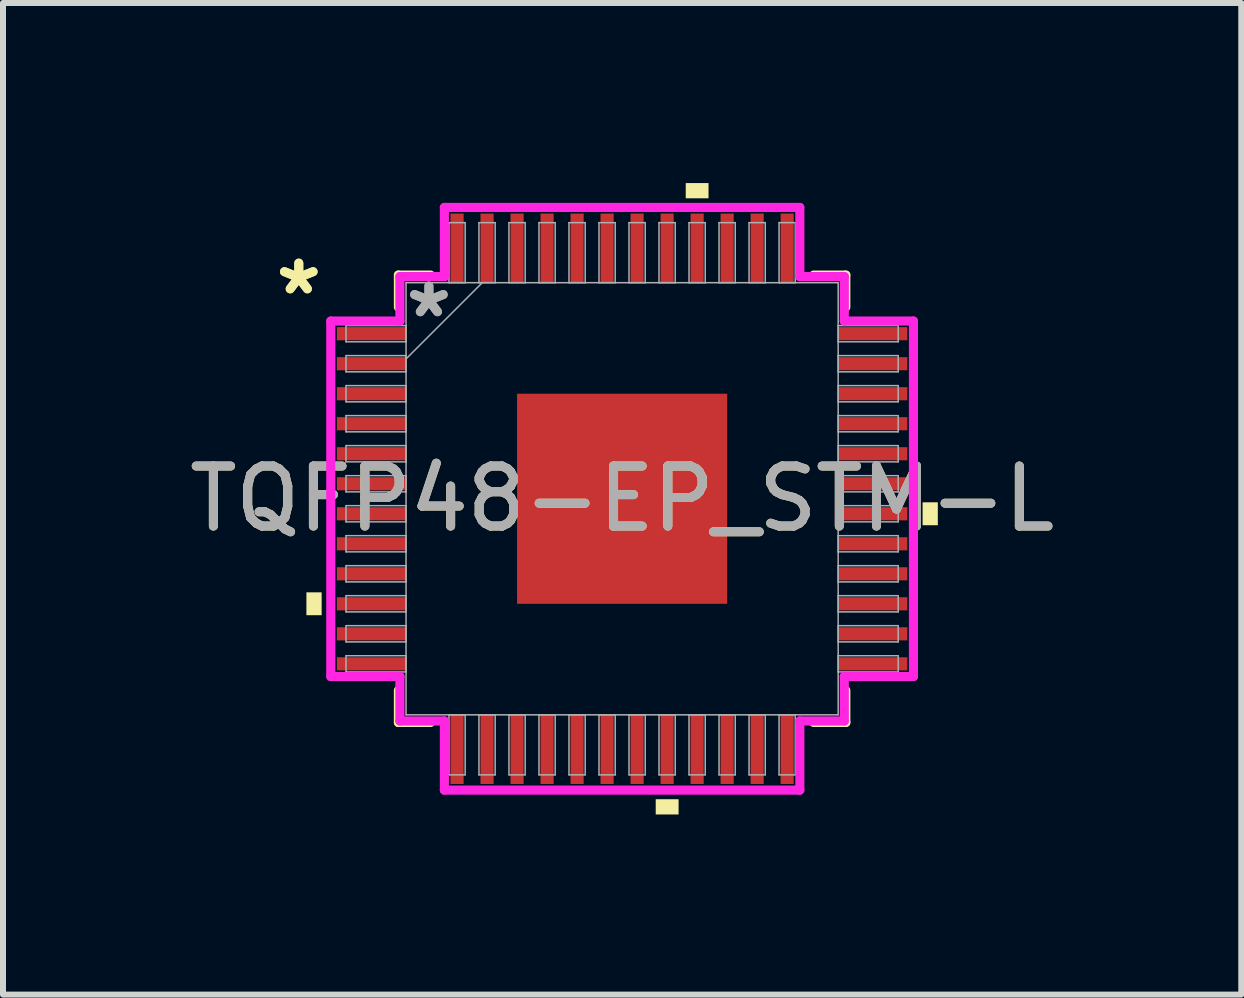
<source format=kicad_pcb>
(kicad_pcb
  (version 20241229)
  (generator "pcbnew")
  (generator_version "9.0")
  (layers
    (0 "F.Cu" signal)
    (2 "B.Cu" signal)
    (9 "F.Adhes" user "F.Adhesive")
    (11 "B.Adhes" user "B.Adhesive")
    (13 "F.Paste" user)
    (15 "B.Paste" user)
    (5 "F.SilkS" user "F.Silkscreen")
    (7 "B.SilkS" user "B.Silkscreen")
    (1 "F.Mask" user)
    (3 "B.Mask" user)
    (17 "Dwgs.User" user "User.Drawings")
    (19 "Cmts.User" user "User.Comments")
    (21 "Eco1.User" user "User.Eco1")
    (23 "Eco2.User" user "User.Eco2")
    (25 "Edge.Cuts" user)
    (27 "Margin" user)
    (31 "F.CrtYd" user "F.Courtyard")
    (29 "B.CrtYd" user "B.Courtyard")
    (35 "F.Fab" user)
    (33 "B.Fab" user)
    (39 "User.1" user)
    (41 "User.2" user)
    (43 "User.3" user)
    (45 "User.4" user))
  (footprint "TQFP48-EP_STM-L"
    (layer "F.Cu")
    (at 7.315 5.26)
    (property "Reference" "TQFP48-EP_STM-L" (at 0 0 0) (unlocked yes) (layer "F.SilkS") (effects (font (size 1 1) (thickness 0.15))))
    (attr smd)
    (fp_line (start -3.727 -3.727) (end -3.727 -3.192) (stroke (width 0.152) (type solid)) (layer "F.SilkS"))
    (fp_line (start -3.727 3.192) (end -3.727 3.727) (stroke (width 0.152) (type solid)) (layer "F.SilkS"))
    (fp_line (start -3.727 3.727) (end -3.192 3.727) (stroke (width 0.152) (type solid)) (layer "F.SilkS"))
    (fp_line (start -3.192 -3.727) (end -3.727 -3.727) (stroke (width 0.152) (type solid)) (layer "F.SilkS"))
    (fp_line (start 3.192 3.727) (end 3.727 3.727) (stroke (width 0.152) (type solid)) (layer "F.SilkS"))
    (fp_line (start 3.727 -3.727) (end 3.192 -3.727) (stroke (width 0.152) (type solid)) (layer "F.SilkS"))
    (fp_line (start 3.727 -3.192) (end 3.727 -3.727) (stroke (width 0.152) (type solid)) (layer "F.SilkS"))
    (fp_line (start 3.727 3.727) (end 3.727 3.192) (stroke (width 0.152) (type solid)) (layer "F.SilkS"))
    (fp_poly (pts (xy -5.26 1.559) (xy -5.26 1.94) (xy -5.006 1.94) (xy -5.006 1.559)) (stroke (width 0) (type solid)) (fill yes) (layer "F.SilkS"))
    (fp_poly (pts (xy 0.56 5.006) (xy 0.56 5.26) (xy 0.941 5.26) (xy 0.941 5.006)) (stroke (width 0) (type solid)) (fill yes) (layer "F.SilkS"))
    (fp_poly (pts (xy 1.06 -5.006) (xy 1.06 -5.26) (xy 1.44 -5.26) (xy 1.44 -5.006)) (stroke (width 0) (type solid)) (fill yes) (layer "F.SilkS"))
    (fp_poly (pts (xy 5.26 0.059) (xy 5.26 0.441) (xy 5.006 0.441) (xy 5.006 0.059)) (stroke (width 0) (type solid)) (fill yes) (layer "F.SilkS"))
    (fp_poly (pts (xy -1.65 -1.65) (xy -1.65 -0.1) (xy -0.1 -0.1) (xy -0.1 -1.65)) (stroke (width 0) (type solid)) (fill yes) (layer "F.Paste"))
    (fp_poly (pts (xy -1.65 0.1) (xy -1.65 1.65) (xy -0.1 1.65) (xy -0.1 0.1)) (stroke (width 0) (type solid)) (fill yes) (layer "F.Paste"))
    (fp_poly (pts (xy 0.1 -1.65) (xy 0.1 -0.1) (xy 1.65 -0.1) (xy 1.65 -1.65)) (stroke (width 0) (type solid)) (fill yes) (layer "F.Paste"))
    (fp_poly (pts (xy 0.1 0.1) (xy 0.1 1.65) (xy 1.65 1.65) (xy 1.65 0.1)) (stroke (width 0) (type solid)) (fill yes) (layer "F.Paste"))
    (fp_line (start -4.854 -2.961) (end -3.702 -2.961) (stroke (width 0.152) (type solid)) (layer "F.CrtYd"))
    (fp_line (start -4.854 2.961) (end -4.854 -2.961) (stroke (width 0.152) (type solid)) (layer "F.CrtYd"))
    (fp_line (start -3.702 -3.702) (end -2.961 -3.702) (stroke (width 0.152) (type solid)) (layer "F.CrtYd"))
    (fp_line (start -3.702 -2.961) (end -3.702 -3.702) (stroke (width 0.152) (type solid)) (layer "F.CrtYd"))
    (fp_line (start -3.702 2.961) (end -4.854 2.961) (stroke (width 0.152) (type solid)) (layer "F.CrtYd"))
    (fp_line (start -3.702 3.702) (end -3.702 2.961) (stroke (width 0.152) (type solid)) (layer "F.CrtYd"))
    (fp_line (start -3.702 3.702) (end -2.961 3.702) (stroke (width 0.152) (type solid)) (layer "F.CrtYd"))
    (fp_line (start -2.961 -4.854) (end 2.961 -4.854) (stroke (width 0.152) (type solid)) (layer "F.CrtYd"))
    (fp_line (start -2.961 -3.702) (end -2.961 -4.854) (stroke (width 0.152) (type solid)) (layer "F.CrtYd"))
    (fp_line (start -2.961 3.702) (end -2.961 4.854) (stroke (width 0.152) (type solid)) (layer "F.CrtYd"))
    (fp_line (start -2.961 4.854) (end 2.961 4.854) (stroke (width 0.152) (type solid)) (layer "F.CrtYd"))
    (fp_line (start 2.961 -4.854) (end 2.961 -3.702) (stroke (width 0.152) (type solid)) (layer "F.CrtYd"))
    (fp_line (start 2.961 -3.702) (end 3.702 -3.702) (stroke (width 0.152) (type solid)) (layer "F.CrtYd"))
    (fp_line (start 2.961 3.702) (end 3.702 3.702) (stroke (width 0.152) (type solid)) (layer "F.CrtYd"))
    (fp_line (start 2.961 4.854) (end 2.961 3.702) (stroke (width 0.152) (type solid)) (layer "F.CrtYd"))
    (fp_line (start 3.702 -2.961) (end 3.702 -3.702) (stroke (width 0.152) (type solid)) (layer "F.CrtYd"))
    (fp_line (start 3.702 2.961) (end 4.854 2.961) (stroke (width 0.152) (type solid)) (layer "F.CrtYd"))
    (fp_line (start 3.702 3.702) (end 3.702 2.961) (stroke (width 0.152) (type solid)) (layer "F.CrtYd"))
    (fp_line (start 4.854 -2.961) (end 3.702 -2.961) (stroke (width 0.152) (type solid)) (layer "F.CrtYd"))
    (fp_line (start 4.854 2.961) (end 4.854 -2.961) (stroke (width 0.152) (type solid)) (layer "F.CrtYd"))
    (fp_line (start -4.6 -2.885) (end -4.6 -2.615) (stroke (width 0.025) (type solid)) (layer "F.Fab"))
    (fp_line (start -4.6 -2.615) (end -3.6 -2.615) (stroke (width 0.025) (type solid)) (layer "F.Fab"))
    (fp_line (start -4.6 -2.385) (end -4.6 -2.115) (stroke (width 0.025) (type solid)) (layer "F.Fab"))
    (fp_line (start -4.6 -2.115) (end -3.6 -2.115) (stroke (width 0.025) (type solid)) (layer "F.Fab"))
    (fp_line (start -4.6 -1.885) (end -4.6 -1.615) (stroke (width 0.025) (type solid)) (layer "F.Fab"))
    (fp_line (start -4.6 -1.615) (end -3.6 -1.615) (stroke (width 0.025) (type solid)) (layer "F.Fab"))
    (fp_line (start -4.6 -1.385) (end -4.6 -1.115) (stroke (width 0.025) (type solid)) (layer "F.Fab"))
    (fp_line (start -4.6 -1.115) (end -3.6 -1.115) (stroke (width 0.025) (type solid)) (layer "F.Fab"))
    (fp_line (start -4.6 -0.885) (end -4.6 -0.615) (stroke (width 0.025) (type solid)) (layer "F.Fab"))
    (fp_line (start -4.6 -0.615) (end -3.6 -0.615) (stroke (width 0.025) (type solid)) (layer "F.Fab"))
    (fp_line (start -4.6 -0.385) (end -4.6 -0.115) (stroke (width 0.025) (type solid)) (layer "F.Fab"))
    (fp_line (start -4.6 -0.115) (end -3.6 -0.115) (stroke (width 0.025) (type solid)) (layer "F.Fab"))
    (fp_line (start -4.6 0.115) (end -4.6 0.385) (stroke (width 0.025) (type solid)) (layer "F.Fab"))
    (fp_line (start -4.6 0.385) (end -3.6 0.385) (stroke (width 0.025) (type solid)) (layer "F.Fab"))
    (fp_line (start -4.6 0.615) (end -4.6 0.885) (stroke (width 0.025) (type solid)) (layer "F.Fab"))
    (fp_line (start -4.6 0.885) (end -3.6 0.885) (stroke (width 0.025) (type solid)) (layer "F.Fab"))
    (fp_line (start -4.6 1.115) (end -4.6 1.385) (stroke (width 0.025) (type solid)) (layer "F.Fab"))
    (fp_line (start -4.6 1.385) (end -3.6 1.385) (stroke (width 0.025) (type solid)) (layer "F.Fab"))
    (fp_line (start -4.6 1.615) (end -4.6 1.885) (stroke (width 0.025) (type solid)) (layer "F.Fab"))
    (fp_line (start -4.6 1.885) (end -3.6 1.885) (stroke (width 0.025) (type solid)) (layer "F.Fab"))
    (fp_line (start -4.6 2.115) (end -4.6 2.385) (stroke (width 0.025) (type solid)) (layer "F.Fab"))
    (fp_line (start -4.6 2.385) (end -3.6 2.385) (stroke (width 0.025) (type solid)) (layer "F.Fab"))
    (fp_line (start -4.6 2.615) (end -4.6 2.885) (stroke (width 0.025) (type solid)) (layer "F.Fab"))
    (fp_line (start -4.6 2.885) (end -3.6 2.885) (stroke (width 0.025) (type solid)) (layer "F.Fab"))
    (fp_line (start -3.6 -3.6) (end -3.6 3.6) (stroke (width 0.025) (type solid)) (layer "F.Fab"))
    (fp_line (start -3.6 -2.885) (end -4.6 -2.885) (stroke (width 0.025) (type solid)) (layer "F.Fab"))
    (fp_line (start -3.6 -2.615) (end -3.6 -2.885) (stroke (width 0.025) (type solid)) (layer "F.Fab"))
    (fp_line (start -3.6 -2.385) (end -4.6 -2.385) (stroke (width 0.025) (type solid)) (layer "F.Fab"))
    (fp_line (start -3.6 -2.33) (end -2.33 -3.6) (stroke (width 0.025) (type solid)) (layer "F.Fab"))
    (fp_line (start -3.6 -2.115) (end -3.6 -2.385) (stroke (width 0.025) (type solid)) (layer "F.Fab"))
    (fp_line (start -3.6 -1.885) (end -4.6 -1.885) (stroke (width 0.025) (type solid)) (layer "F.Fab"))
    (fp_line (start -3.6 -1.615) (end -3.6 -1.885) (stroke (width 0.025) (type solid)) (layer "F.Fab"))
    (fp_line (start -3.6 -1.385) (end -4.6 -1.385) (stroke (width 0.025) (type solid)) (layer "F.Fab"))
    (fp_line (start -3.6 -1.115) (end -3.6 -1.385) (stroke (width 0.025) (type solid)) (layer "F.Fab"))
    (fp_line (start -3.6 -0.885) (end -4.6 -0.885) (stroke (width 0.025) (type solid)) (layer "F.Fab"))
    (fp_line (start -3.6 -0.615) (end -3.6 -0.885) (stroke (width 0.025) (type solid)) (layer "F.Fab"))
    (fp_line (start -3.6 -0.385) (end -4.6 -0.385) (stroke (width 0.025) (type solid)) (layer "F.Fab"))
    (fp_line (start -3.6 -0.115) (end -3.6 -0.385) (stroke (width 0.025) (type solid)) (layer "F.Fab"))
    (fp_line (start -3.6 0.115) (end -4.6 0.115) (stroke (width 0.025) (type solid)) (layer "F.Fab"))
    (fp_line (start -3.6 0.385) (end -3.6 0.115) (stroke (width 0.025) (type solid)) (layer "F.Fab"))
    (fp_line (start -3.6 0.615) (end -4.6 0.615) (stroke (width 0.025) (type solid)) (layer "F.Fab"))
    (fp_line (start -3.6 0.885) (end -3.6 0.615) (stroke (width 0.025) (type solid)) (layer "F.Fab"))
    (fp_line (start -3.6 1.115) (end -4.6 1.115) (stroke (width 0.025) (type solid)) (layer "F.Fab"))
    (fp_line (start -3.6 1.385) (end -3.6 1.115) (stroke (width 0.025) (type solid)) (layer "F.Fab"))
    (fp_line (start -3.6 1.615) (end -4.6 1.615) (stroke (width 0.025) (type solid)) (layer "F.Fab"))
    (fp_line (start -3.6 1.885) (end -3.6 1.615) (stroke (width 0.025) (type solid)) (layer "F.Fab"))
    (fp_line (start -3.6 2.115) (end -4.6 2.115) (stroke (width 0.025) (type solid)) (layer "F.Fab"))
    (fp_line (start -3.6 2.385) (end -3.6 2.115) (stroke (width 0.025) (type solid)) (layer "F.Fab"))
    (fp_line (start -3.6 2.615) (end -4.6 2.615) (stroke (width 0.025) (type solid)) (layer "F.Fab"))
    (fp_line (start -3.6 2.885) (end -3.6 2.615) (stroke (width 0.025) (type solid)) (layer "F.Fab"))
    (fp_line (start -3.6 3.6) (end 3.6 3.6) (stroke (width 0.025) (type solid)) (layer "F.Fab"))
    (fp_line (start -2.885 -4.6) (end -2.885 -3.6) (stroke (width 0.025) (type solid)) (layer "F.Fab"))
    (fp_line (start -2.885 -3.6) (end -2.615 -3.6) (stroke (width 0.025) (type solid)) (layer "F.Fab"))
    (fp_line (start -2.885 3.6) (end -2.885 4.6) (stroke (width 0.025) (type solid)) (layer "F.Fab"))
    (fp_line (start -2.885 4.6) (end -2.615 4.6) (stroke (width 0.025) (type solid)) (layer "F.Fab"))
    (fp_line (start -2.615 -4.6) (end -2.885 -4.6) (stroke (width 0.025) (type solid)) (layer "F.Fab"))
    (fp_line (start -2.615 -3.6) (end -2.615 -4.6) (stroke (width 0.025) (type solid)) (layer "F.Fab"))
    (fp_line (start -2.615 3.6) (end -2.885 3.6) (stroke (width 0.025) (type solid)) (layer "F.Fab"))
    (fp_line (start -2.615 4.6) (end -2.615 3.6) (stroke (width 0.025) (type solid)) (layer "F.Fab"))
    (fp_line (start -2.385 -4.6) (end -2.385 -3.6) (stroke (width 0.025) (type solid)) (layer "F.Fab"))
    (fp_line (start -2.385 -3.6) (end -2.115 -3.6) (stroke (width 0.025) (type solid)) (layer "F.Fab"))
    (fp_line (start -2.385 3.6) (end -2.385 4.6) (stroke (width 0.025) (type solid)) (layer "F.Fab"))
    (fp_line (start -2.385 4.6) (end -2.115 4.6) (stroke (width 0.025) (type solid)) (layer "F.Fab"))
    (fp_line (start -2.115 -4.6) (end -2.385 -4.6) (stroke (width 0.025) (type solid)) (layer "F.Fab"))
    (fp_line (start -2.115 -3.6) (end -2.115 -4.6) (stroke (width 0.025) (type solid)) (layer "F.Fab"))
    (fp_line (start -2.115 3.6) (end -2.385 3.6) (stroke (width 0.025) (type solid)) (layer "F.Fab"))
    (fp_line (start -2.115 4.6) (end -2.115 3.6) (stroke (width 0.025) (type solid)) (layer "F.Fab"))
    (fp_line (start -1.885 -4.6) (end -1.885 -3.6) (stroke (width 0.025) (type solid)) (layer "F.Fab"))
    (fp_line (start -1.885 -3.6) (end -1.615 -3.6) (stroke (width 0.025) (type solid)) (layer "F.Fab"))
    (fp_line (start -1.885 3.6) (end -1.885 4.6) (stroke (width 0.025) (type solid)) (layer "F.Fab"))
    (fp_line (start -1.885 4.6) (end -1.615 4.6) (stroke (width 0.025) (type solid)) (layer "F.Fab"))
    (fp_line (start -1.615 -4.6) (end -1.885 -4.6) (stroke (width 0.025) (type solid)) (layer "F.Fab"))
    (fp_line (start -1.615 -3.6) (end -1.615 -4.6) (stroke (width 0.025) (type solid)) (layer "F.Fab"))
    (fp_line (start -1.615 3.6) (end -1.885 3.6) (stroke (width 0.025) (type solid)) (layer "F.Fab"))
    (fp_line (start -1.615 4.6) (end -1.615 3.6) (stroke (width 0.025) (type solid)) (layer "F.Fab"))
    (fp_line (start -1.385 -4.6) (end -1.385 -3.6) (stroke (width 0.025) (type solid)) (layer "F.Fab"))
    (fp_line (start -1.385 -3.6) (end -1.115 -3.6) (stroke (width 0.025) (type solid)) (layer "F.Fab"))
    (fp_line (start -1.385 3.6) (end -1.385 4.6) (stroke (width 0.025) (type solid)) (layer "F.Fab"))
    (fp_line (start -1.385 4.6) (end -1.115 4.6) (stroke (width 0.025) (type solid)) (layer "F.Fab"))
    (fp_line (start -1.115 -4.6) (end -1.385 -4.6) (stroke (width 0.025) (type solid)) (layer "F.Fab"))
    (fp_line (start -1.115 -3.6) (end -1.115 -4.6) (stroke (width 0.025) (type solid)) (layer "F.Fab"))
    (fp_line (start -1.115 3.6) (end -1.385 3.6) (stroke (width 0.025) (type solid)) (layer "F.Fab"))
    (fp_line (start -1.115 4.6) (end -1.115 3.6) (stroke (width 0.025) (type solid)) (layer "F.Fab"))
    (fp_line (start -0.885 -4.6) (end -0.885 -3.6) (stroke (width 0.025) (type solid)) (layer "F.Fab"))
    (fp_line (start -0.885 -3.6) (end -0.615 -3.6) (stroke (width 0.025) (type solid)) (layer "F.Fab"))
    (fp_line (start -0.885 3.6) (end -0.885 4.6) (stroke (width 0.025) (type solid)) (layer "F.Fab"))
    (fp_line (start -0.885 4.6) (end -0.615 4.6) (stroke (width 0.025) (type solid)) (layer "F.Fab"))
    (fp_line (start -0.615 -4.6) (end -0.885 -4.6) (stroke (width 0.025) (type solid)) (layer "F.Fab"))
    (fp_line (start -0.615 -3.6) (end -0.615 -4.6) (stroke (width 0.025) (type solid)) (layer "F.Fab"))
    (fp_line (start -0.615 3.6) (end -0.885 3.6) (stroke (width 0.025) (type solid)) (layer "F.Fab"))
    (fp_line (start -0.615 4.6) (end -0.615 3.6) (stroke (width 0.025) (type solid)) (layer "F.Fab"))
    (fp_line (start -0.385 -4.6) (end -0.385 -3.6) (stroke (width 0.025) (type solid)) (layer "F.Fab"))
    (fp_line (start -0.385 -3.6) (end -0.115 -3.6) (stroke (width 0.025) (type solid)) (layer "F.Fab"))
    (fp_line (start -0.385 3.6) (end -0.385 4.6) (stroke (width 0.025) (type solid)) (layer "F.Fab"))
    (fp_line (start -0.385 4.6) (end -0.115 4.6) (stroke (width 0.025) (type solid)) (layer "F.Fab"))
    (fp_line (start -0.115 -4.6) (end -0.385 -4.6) (stroke (width 0.025) (type solid)) (layer "F.Fab"))
    (fp_line (start -0.115 -3.6) (end -0.115 -4.6) (stroke (width 0.025) (type solid)) (layer "F.Fab"))
    (fp_line (start -0.115 3.6) (end -0.385 3.6) (stroke (width 0.025) (type solid)) (layer "F.Fab"))
    (fp_line (start -0.115 4.6) (end -0.115 3.6) (stroke (width 0.025) (type solid)) (layer "F.Fab"))
    (fp_line (start 0.115 -4.6) (end 0.115 -3.6) (stroke (width 0.025) (type solid)) (layer "F.Fab"))
    (fp_line (start 0.115 -3.6) (end 0.385 -3.6) (stroke (width 0.025) (type solid)) (layer "F.Fab"))
    (fp_line (start 0.115 3.6) (end 0.115 4.6) (stroke (width 0.025) (type solid)) (layer "F.Fab"))
    (fp_line (start 0.115 4.6) (end 0.385 4.6) (stroke (width 0.025) (type solid)) (layer "F.Fab"))
    (fp_line (start 0.385 -4.6) (end 0.115 -4.6) (stroke (width 0.025) (type solid)) (layer "F.Fab"))
    (fp_line (start 0.385 -3.6) (end 0.385 -4.6) (stroke (width 0.025) (type solid)) (layer "F.Fab"))
    (fp_line (start 0.385 3.6) (end 0.115 3.6) (stroke (width 0.025) (type solid)) (layer "F.Fab"))
    (fp_line (start 0.385 4.6) (end 0.385 3.6) (stroke (width 0.025) (type solid)) (layer "F.Fab"))
    (fp_line (start 0.615 -4.6) (end 0.615 -3.6) (stroke (width 0.025) (type solid)) (layer "F.Fab"))
    (fp_line (start 0.615 -3.6) (end 0.885 -3.6) (stroke (width 0.025) (type solid)) (layer "F.Fab"))
    (fp_line (start 0.615 3.6) (end 0.615 4.6) (stroke (width 0.025) (type solid)) (layer "F.Fab"))
    (fp_line (start 0.615 4.6) (end 0.885 4.6) (stroke (width 0.025) (type solid)) (layer "F.Fab"))
    (fp_line (start 0.885 -4.6) (end 0.615 -4.6) (stroke (width 0.025) (type solid)) (layer "F.Fab"))
    (fp_line (start 0.885 -3.6) (end 0.885 -4.6) (stroke (width 0.025) (type solid)) (layer "F.Fab"))
    (fp_line (start 0.885 3.6) (end 0.615 3.6) (stroke (width 0.025) (type solid)) (layer "F.Fab"))
    (fp_line (start 0.885 4.6) (end 0.885 3.6) (stroke (width 0.025) (type solid)) (layer "F.Fab"))
    (fp_line (start 1.115 -4.6) (end 1.115 -3.6) (stroke (width 0.025) (type solid)) (layer "F.Fab"))
    (fp_line (start 1.115 -3.6) (end 1.385 -3.6) (stroke (width 0.025) (type solid)) (layer "F.Fab"))
    (fp_line (start 1.115 3.6) (end 1.115 4.6) (stroke (width 0.025) (type solid)) (layer "F.Fab"))
    (fp_line (start 1.115 4.6) (end 1.385 4.6) (stroke (width 0.025) (type solid)) (layer "F.Fab"))
    (fp_line (start 1.385 -4.6) (end 1.115 -4.6) (stroke (width 0.025) (type solid)) (layer "F.Fab"))
    (fp_line (start 1.385 -3.6) (end 1.385 -4.6) (stroke (width 0.025) (type solid)) (layer "F.Fab"))
    (fp_line (start 1.385 3.6) (end 1.115 3.6) (stroke (width 0.025) (type solid)) (layer "F.Fab"))
    (fp_line (start 1.385 4.6) (end 1.385 3.6) (stroke (width 0.025) (type solid)) (layer "F.Fab"))
    (fp_line (start 1.615 -4.6) (end 1.615 -3.6) (stroke (width 0.025) (type solid)) (layer "F.Fab"))
    (fp_line (start 1.615 -3.6) (end 1.885 -3.6) (stroke (width 0.025) (type solid)) (layer "F.Fab"))
    (fp_line (start 1.615 3.6) (end 1.615 4.6) (stroke (width 0.025) (type solid)) (layer "F.Fab"))
    (fp_line (start 1.615 4.6) (end 1.885 4.6) (stroke (width 0.025) (type solid)) (layer "F.Fab"))
    (fp_line (start 1.885 -4.6) (end 1.615 -4.6) (stroke (width 0.025) (type solid)) (layer "F.Fab"))
    (fp_line (start 1.885 -3.6) (end 1.885 -4.6) (stroke (width 0.025) (type solid)) (layer "F.Fab"))
    (fp_line (start 1.885 3.6) (end 1.615 3.6) (stroke (width 0.025) (type solid)) (layer "F.Fab"))
    (fp_line (start 1.885 4.6) (end 1.885 3.6) (stroke (width 0.025) (type solid)) (layer "F.Fab"))
    (fp_line (start 2.115 -4.6) (end 2.115 -3.6) (stroke (width 0.025) (type solid)) (layer "F.Fab"))
    (fp_line (start 2.115 -3.6) (end 2.385 -3.6) (stroke (width 0.025) (type solid)) (layer "F.Fab"))
    (fp_line (start 2.115 3.6) (end 2.115 4.6) (stroke (width 0.025) (type solid)) (layer "F.Fab"))
    (fp_line (start 2.115 4.6) (end 2.385 4.6) (stroke (width 0.025) (type solid)) (layer "F.Fab"))
    (fp_line (start 2.385 -4.6) (end 2.115 -4.6) (stroke (width 0.025) (type solid)) (layer "F.Fab"))
    (fp_line (start 2.385 -3.6) (end 2.385 -4.6) (stroke (width 0.025) (type solid)) (layer "F.Fab"))
    (fp_line (start 2.385 3.6) (end 2.115 3.6) (stroke (width 0.025) (type solid)) (layer "F.Fab"))
    (fp_line (start 2.385 4.6) (end 2.385 3.6) (stroke (width 0.025) (type solid)) (layer "F.Fab"))
    (fp_line (start 2.615 -4.6) (end 2.615 -3.6) (stroke (width 0.025) (type solid)) (layer "F.Fab"))
    (fp_line (start 2.615 -3.6) (end 2.885 -3.6) (stroke (width 0.025) (type solid)) (layer "F.Fab"))
    (fp_line (start 2.615 3.6) (end 2.615 4.6) (stroke (width 0.025) (type solid)) (layer "F.Fab"))
    (fp_line (start 2.615 4.6) (end 2.885 4.6) (stroke (width 0.025) (type solid)) (layer "F.Fab"))
    (fp_line (start 2.885 -4.6) (end 2.615 -4.6) (stroke (width 0.025) (type solid)) (layer "F.Fab"))
    (fp_line (start 2.885 -3.6) (end 2.885 -4.6) (stroke (width 0.025) (type solid)) (layer "F.Fab"))
    (fp_line (start 2.885 3.6) (end 2.615 3.6) (stroke (width 0.025) (type solid)) (layer "F.Fab"))
    (fp_line (start 2.885 4.6) (end 2.885 3.6) (stroke (width 0.025) (type solid)) (layer "F.Fab"))
    (fp_line (start 3.6 -3.6) (end -3.6 -3.6) (stroke (width 0.025) (type solid)) (layer "F.Fab"))
    (fp_line (start 3.6 -2.885) (end 3.6 -2.615) (stroke (width 0.025) (type solid)) (layer "F.Fab"))
    (fp_line (start 3.6 -2.615) (end 4.6 -2.615) (stroke (width 0.025) (type solid)) (layer "F.Fab"))
    (fp_line (start 3.6 -2.385) (end 3.6 -2.115) (stroke (width 0.025) (type solid)) (layer "F.Fab"))
    (fp_line (start 3.6 -2.115) (end 4.6 -2.115) (stroke (width 0.025) (type solid)) (layer "F.Fab"))
    (fp_line (start 3.6 -1.885) (end 3.6 -1.615) (stroke (width 0.025) (type solid)) (layer "F.Fab"))
    (fp_line (start 3.6 -1.615) (end 4.6 -1.615) (stroke (width 0.025) (type solid)) (layer "F.Fab"))
    (fp_line (start 3.6 -1.385) (end 3.6 -1.115) (stroke (width 0.025) (type solid)) (layer "F.Fab"))
    (fp_line (start 3.6 -1.115) (end 4.6 -1.115) (stroke (width 0.025) (type solid)) (layer "F.Fab"))
    (fp_line (start 3.6 -0.885) (end 3.6 -0.615) (stroke (width 0.025) (type solid)) (layer "F.Fab"))
    (fp_line (start 3.6 -0.615) (end 4.6 -0.615) (stroke (width 0.025) (type solid)) (layer "F.Fab"))
    (fp_line (start 3.6 -0.385) (end 3.6 -0.115) (stroke (width 0.025) (type solid)) (layer "F.Fab"))
    (fp_line (start 3.6 -0.115) (end 4.6 -0.115) (stroke (width 0.025) (type solid)) (layer "F.Fab"))
    (fp_line (start 3.6 0.115) (end 3.6 0.385) (stroke (width 0.025) (type solid)) (layer "F.Fab"))
    (fp_line (start 3.6 0.385) (end 4.6 0.385) (stroke (width 0.025) (type solid)) (layer "F.Fab"))
    (fp_line (start 3.6 0.615) (end 3.6 0.885) (stroke (width 0.025) (type solid)) (layer "F.Fab"))
    (fp_line (start 3.6 0.885) (end 4.6 0.885) (stroke (width 0.025) (type solid)) (layer "F.Fab"))
    (fp_line (start 3.6 1.115) (end 3.6 1.385) (stroke (width 0.025) (type solid)) (layer "F.Fab"))
    (fp_line (start 3.6 1.385) (end 4.6 1.385) (stroke (width 0.025) (type solid)) (layer "F.Fab"))
    (fp_line (start 3.6 1.615) (end 3.6 1.885) (stroke (width 0.025) (type solid)) (layer "F.Fab"))
    (fp_line (start 3.6 1.885) (end 4.6 1.885) (stroke (width 0.025) (type solid)) (layer "F.Fab"))
    (fp_line (start 3.6 2.115) (end 3.6 2.385) (stroke (width 0.025) (type solid)) (layer "F.Fab"))
    (fp_line (start 3.6 2.385) (end 4.6 2.385) (stroke (width 0.025) (type solid)) (layer "F.Fab"))
    (fp_line (start 3.6 2.615) (end 3.6 2.885) (stroke (width 0.025) (type solid)) (layer "F.Fab"))
    (fp_line (start 3.6 2.885) (end 4.6 2.885) (stroke (width 0.025) (type solid)) (layer "F.Fab"))
    (fp_line (start 3.6 3.6) (end 3.6 -3.6) (stroke (width 0.025) (type solid)) (layer "F.Fab"))
    (fp_line (start 4.6 -2.885) (end 3.6 -2.885) (stroke (width 0.025) (type solid)) (layer "F.Fab"))
    (fp_line (start 4.6 -2.615) (end 4.6 -2.885) (stroke (width 0.025) (type solid)) (layer "F.Fab"))
    (fp_line (start 4.6 -2.385) (end 3.6 -2.385) (stroke (width 0.025) (type solid)) (layer "F.Fab"))
    (fp_line (start 4.6 -2.115) (end 4.6 -2.385) (stroke (width 0.025) (type solid)) (layer "F.Fab"))
    (fp_line (start 4.6 -1.885) (end 3.6 -1.885) (stroke (width 0.025) (type solid)) (layer "F.Fab"))
    (fp_line (start 4.6 -1.615) (end 4.6 -1.885) (stroke (width 0.025) (type solid)) (layer "F.Fab"))
    (fp_line (start 4.6 -1.385) (end 3.6 -1.385) (stroke (width 0.025) (type solid)) (layer "F.Fab"))
    (fp_line (start 4.6 -1.115) (end 4.6 -1.385) (stroke (width 0.025) (type solid)) (layer "F.Fab"))
    (fp_line (start 4.6 -0.885) (end 3.6 -0.885) (stroke (width 0.025) (type solid)) (layer "F.Fab"))
    (fp_line (start 4.6 -0.615) (end 4.6 -0.885) (stroke (width 0.025) (type solid)) (layer "F.Fab"))
    (fp_line (start 4.6 -0.385) (end 3.6 -0.385) (stroke (width 0.025) (type solid)) (layer "F.Fab"))
    (fp_line (start 4.6 -0.115) (end 4.6 -0.385) (stroke (width 0.025) (type solid)) (layer "F.Fab"))
    (fp_line (start 4.6 0.115) (end 3.6 0.115) (stroke (width 0.025) (type solid)) (layer "F.Fab"))
    (fp_line (start 4.6 0.385) (end 4.6 0.115) (stroke (width 0.025) (type solid)) (layer "F.Fab"))
    (fp_line (start 4.6 0.615) (end 3.6 0.615) (stroke (width 0.025) (type solid)) (layer "F.Fab"))
    (fp_line (start 4.6 0.885) (end 4.6 0.615) (stroke (width 0.025) (type solid)) (layer "F.Fab"))
    (fp_line (start 4.6 1.115) (end 3.6 1.115) (stroke (width 0.025) (type solid)) (layer "F.Fab"))
    (fp_line (start 4.6 1.385) (end 4.6 1.115) (stroke (width 0.025) (type solid)) (layer "F.Fab"))
    (fp_line (start 4.6 1.615) (end 3.6 1.615) (stroke (width 0.025) (type solid)) (layer "F.Fab"))
    (fp_line (start 4.6 1.885) (end 4.6 1.615) (stroke (width 0.025) (type solid)) (layer "F.Fab"))
    (fp_line (start 4.6 2.115) (end 3.6 2.115) (stroke (width 0.025) (type solid)) (layer "F.Fab"))
    (fp_line (start 4.6 2.385) (end 4.6 2.115) (stroke (width 0.025) (type solid)) (layer "F.Fab"))
    (fp_line (start 4.6 2.615) (end 3.6 2.615) (stroke (width 0.025) (type solid)) (layer "F.Fab"))
    (fp_line (start 4.6 2.885) (end 4.6 2.615) (stroke (width 0.025) (type solid)) (layer "F.Fab"))
    (fp_text user "*" (at -5.387 -3.381 0) (unlocked yes) (layer "F.SilkS") (effects (font (size 1 1) (thickness 0.15))))
    (fp_text user "*" (at -5.387 -3.381 0) (layer "F.SilkS") (effects (font (size 1 1) (thickness 0.15))))
    (fp_text user "*" (at -3.219 -3 0) (layer "F.Fab") (effects (font (size 1 1) (thickness 0.15))))
    (fp_text user "*" (at -3.219 -3 0) (unlocked yes) (layer "F.Fab") (effects (font (size 1 1) (thickness 0.15))))
    (fp_text user "${REFERENCE}" (at 0 0 0) (unlocked yes) (layer "F.Fab") (effects (font (size 1 1) (thickness 0.15))))
    (pad "1" smd rect (at -4.174 -2.75 90) (size 0.219 1.156) (layers "F.Cu" "F.Mask" "F.Paste"))
    (pad "2" smd rect (at -4.174 -2.25 90) (size 0.219 1.156) (layers "F.Cu" "F.Mask" "F.Paste"))
    (pad "3" smd rect (at -4.174 -1.75 90) (size 0.219 1.156) (layers "F.Cu" "F.Mask" "F.Paste"))
    (pad "4" smd rect (at -4.174 -1.25 90) (size 0.219 1.156) (layers "F.Cu" "F.Mask" "F.Paste"))
    (pad "5" smd rect (at -4.174 -0.75 90) (size 0.219 1.156) (layers "F.Cu" "F.Mask" "F.Paste"))
    (pad "6" smd rect (at -4.174 -0.25 90) (size 0.219 1.156) (layers "F.Cu" "F.Mask" "F.Paste"))
    (pad "7" smd rect (at -4.174 0.25 90) (size 0.219 1.156) (layers "F.Cu" "F.Mask" "F.Paste"))
    (pad "8" smd rect (at -4.174 0.75 90) (size 0.219 1.156) (layers "F.Cu" "F.Mask" "F.Paste"))
    (pad "9" smd rect (at -4.174 1.25 90) (size 0.219 1.156) (layers "F.Cu" "F.Mask" "F.Paste"))
    (pad "10" smd rect (at -4.174 1.75 90) (size 0.219 1.156) (layers "F.Cu" "F.Mask" "F.Paste"))
    (pad "11" smd rect (at -4.174 2.25 90) (size 0.219 1.156) (layers "F.Cu" "F.Mask" "F.Paste"))
    (pad "12" smd rect (at -4.174 2.75 90) (size 0.219 1.156) (layers "F.Cu" "F.Mask" "F.Paste"))
    (pad "13" smd rect (at -2.75 4.174) (size 0.219 1.156) (layers "F.Cu" "F.Mask" "F.Paste"))
    (pad "14" smd rect (at -2.25 4.174) (size 0.219 1.156) (layers "F.Cu" "F.Mask" "F.Paste"))
    (pad "15" smd rect (at -1.75 4.174) (size 0.219 1.156) (layers "F.Cu" "F.Mask" "F.Paste"))
    (pad "16" smd rect (at -1.25 4.174) (size 0.219 1.156) (layers "F.Cu" "F.Mask" "F.Paste"))
    (pad "17" smd rect (at -0.75 4.174) (size 0.219 1.156) (layers "F.Cu" "F.Mask" "F.Paste"))
    (pad "18" smd rect (at -0.25 4.174) (size 0.219 1.156) (layers "F.Cu" "F.Mask" "F.Paste"))
    (pad "19" smd rect (at 0.25 4.174) (size 0.219 1.156) (layers "F.Cu" "F.Mask" "F.Paste"))
    (pad "20" smd rect (at 0.75 4.174) (size 0.219 1.156) (layers "F.Cu" "F.Mask" "F.Paste"))
    (pad "21" smd rect (at 1.25 4.174) (size 0.219 1.156) (layers "F.Cu" "F.Mask" "F.Paste"))
    (pad "22" smd rect (at 1.75 4.174) (size 0.219 1.156) (layers "F.Cu" "F.Mask" "F.Paste"))
    (pad "23" smd rect (at 2.25 4.174) (size 0.219 1.156) (layers "F.Cu" "F.Mask" "F.Paste"))
    (pad "24" smd rect (at 2.75 4.174) (size 0.219 1.156) (layers "F.Cu" "F.Mask" "F.Paste"))
    (pad "25" smd rect (at 4.174 2.75 90) (size 0.219 1.156) (layers "F.Cu" "F.Mask" "F.Paste"))
    (pad "26" smd rect (at 4.174 2.25 90) (size 0.219 1.156) (layers "F.Cu" "F.Mask" "F.Paste"))
    (pad "27" smd rect (at 4.174 1.75 90) (size 0.219 1.156) (layers "F.Cu" "F.Mask" "F.Paste"))
    (pad "28" smd rect (at 4.174 1.25 90) (size 0.219 1.156) (layers "F.Cu" "F.Mask" "F.Paste"))
    (pad "29" smd rect (at 4.174 0.75 90) (size 0.219 1.156) (layers "F.Cu" "F.Mask" "F.Paste"))
    (pad "30" smd rect (at 4.174 0.25 90) (size 0.219 1.156) (layers "F.Cu" "F.Mask" "F.Paste"))
    (pad "31" smd rect (at 4.174 -0.25 90) (size 0.219 1.156) (layers "F.Cu" "F.Mask" "F.Paste"))
    (pad "32" smd rect (at 4.174 -0.75 90) (size 0.219 1.156) (layers "F.Cu" "F.Mask" "F.Paste"))
    (pad "33" smd rect (at 4.174 -1.25 90) (size 0.219 1.156) (layers "F.Cu" "F.Mask" "F.Paste"))
    (pad "34" smd rect (at 4.174 -1.75 90) (size 0.219 1.156) (layers "F.Cu" "F.Mask" "F.Paste"))
    (pad "35" smd rect (at 4.174 -2.25 90) (size 0.219 1.156) (layers "F.Cu" "F.Mask" "F.Paste"))
    (pad "36" smd rect (at 4.174 -2.75 90) (size 0.219 1.156) (layers "F.Cu" "F.Mask" "F.Paste"))
    (pad "37" smd rect (at 2.75 -4.174) (size 0.219 1.156) (layers "F.Cu" "F.Mask" "F.Paste"))
    (pad "38" smd rect (at 2.25 -4.174) (size 0.219 1.156) (layers "F.Cu" "F.Mask" "F.Paste"))
    (pad "39" smd rect (at 1.75 -4.174) (size 0.219 1.156) (layers "F.Cu" "F.Mask" "F.Paste"))
    (pad "40" smd rect (at 1.25 -4.174) (size 0.219 1.156) (layers "F.Cu" "F.Mask" "F.Paste"))
    (pad "41" smd rect (at 0.75 -4.174) (size 0.219 1.156) (layers "F.Cu" "F.Mask" "F.Paste"))
    (pad "42" smd rect (at 0.25 -4.174) (size 0.219 1.156) (layers "F.Cu" "F.Mask" "F.Paste"))
    (pad "43" smd rect (at -0.25 -4.174) (size 0.219 1.156) (layers "F.Cu" "F.Mask" "F.Paste"))
    (pad "44" smd rect (at -0.75 -4.174) (size 0.219 1.156) (layers "F.Cu" "F.Mask" "F.Paste"))
    (pad "45" smd rect (at -1.25 -4.174) (size 0.219 1.156) (layers "F.Cu" "F.Mask" "F.Paste"))
    (pad "46" smd rect (at -1.75 -4.174) (size 0.219 1.156) (layers "F.Cu" "F.Mask" "F.Paste"))
    (pad "47" smd rect (at -2.25 -4.174) (size 0.219 1.156) (layers "F.Cu" "F.Mask" "F.Paste"))
    (pad "48" smd rect (at -2.75 -4.174) (size 0.219 1.156) (layers "F.Cu" "F.Mask" "F.Paste"))
    (pad "EPAD" smd rect (at 0 0) (size 3.5 3.5) (layers "F.Cu" "F.Mask")))
  (gr_rect
    (start -3 -3)
    (end 17.631 13.521)
    (stroke (width 0.1) (type default))
    (fill no)
    (layer "Edge.Cuts")))
</source>
